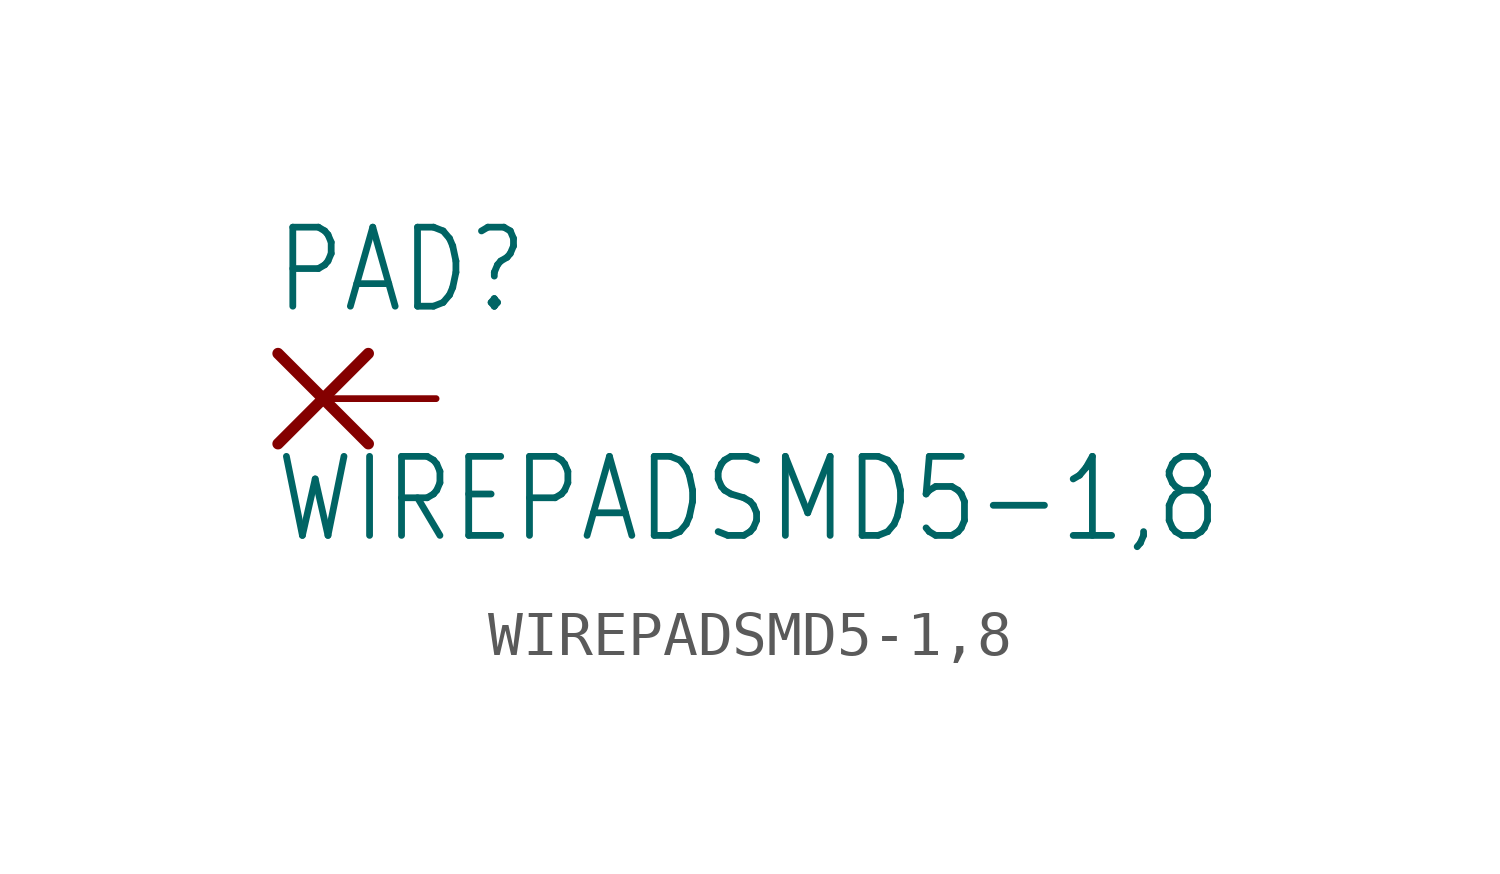
<source format=kicad_sym>
(kicad_symbol_lib
  (version 20211014)
  (generator kicad_symbol_editor)
  (symbol "WIREPADSMD5-1,8"
    (property "Reference" "PAD"
      (at -1.143 1.854 0)
      (effects (font (size 1.778 1.511)) (justify left bottom)))
    (property "Value" "WIREPADSMD5-1,8"
      (at -1.143 -3.302 0)
      (effects (font (size 1.778 1.511)) (justify left bottom)))
    (property "ki_locked" ""
      (at 0 0 0)
      (effects (font (size 1.27 1.27))))
    (symbol "WIREPADSMD5-1,8_1_0"
      (polyline (pts (xy -1.016 -1.016) (xy 1.016 1.016)) (stroke (width 0.254) (type default) (color 0 0 0 0)) (fill (type none)))
      (polyline (pts (xy -1.016 1.016) (xy 1.016 -1.016)) (stroke (width 0.254) (type default) (color 0 0 0 0)) (fill (type none)))
      (pin passive line (at 2.54 0 180) (length 2.54) (name "P" (effects (font (size 0 0)))) (number "1" (effects (font (size 0 0))))))))
</source>
